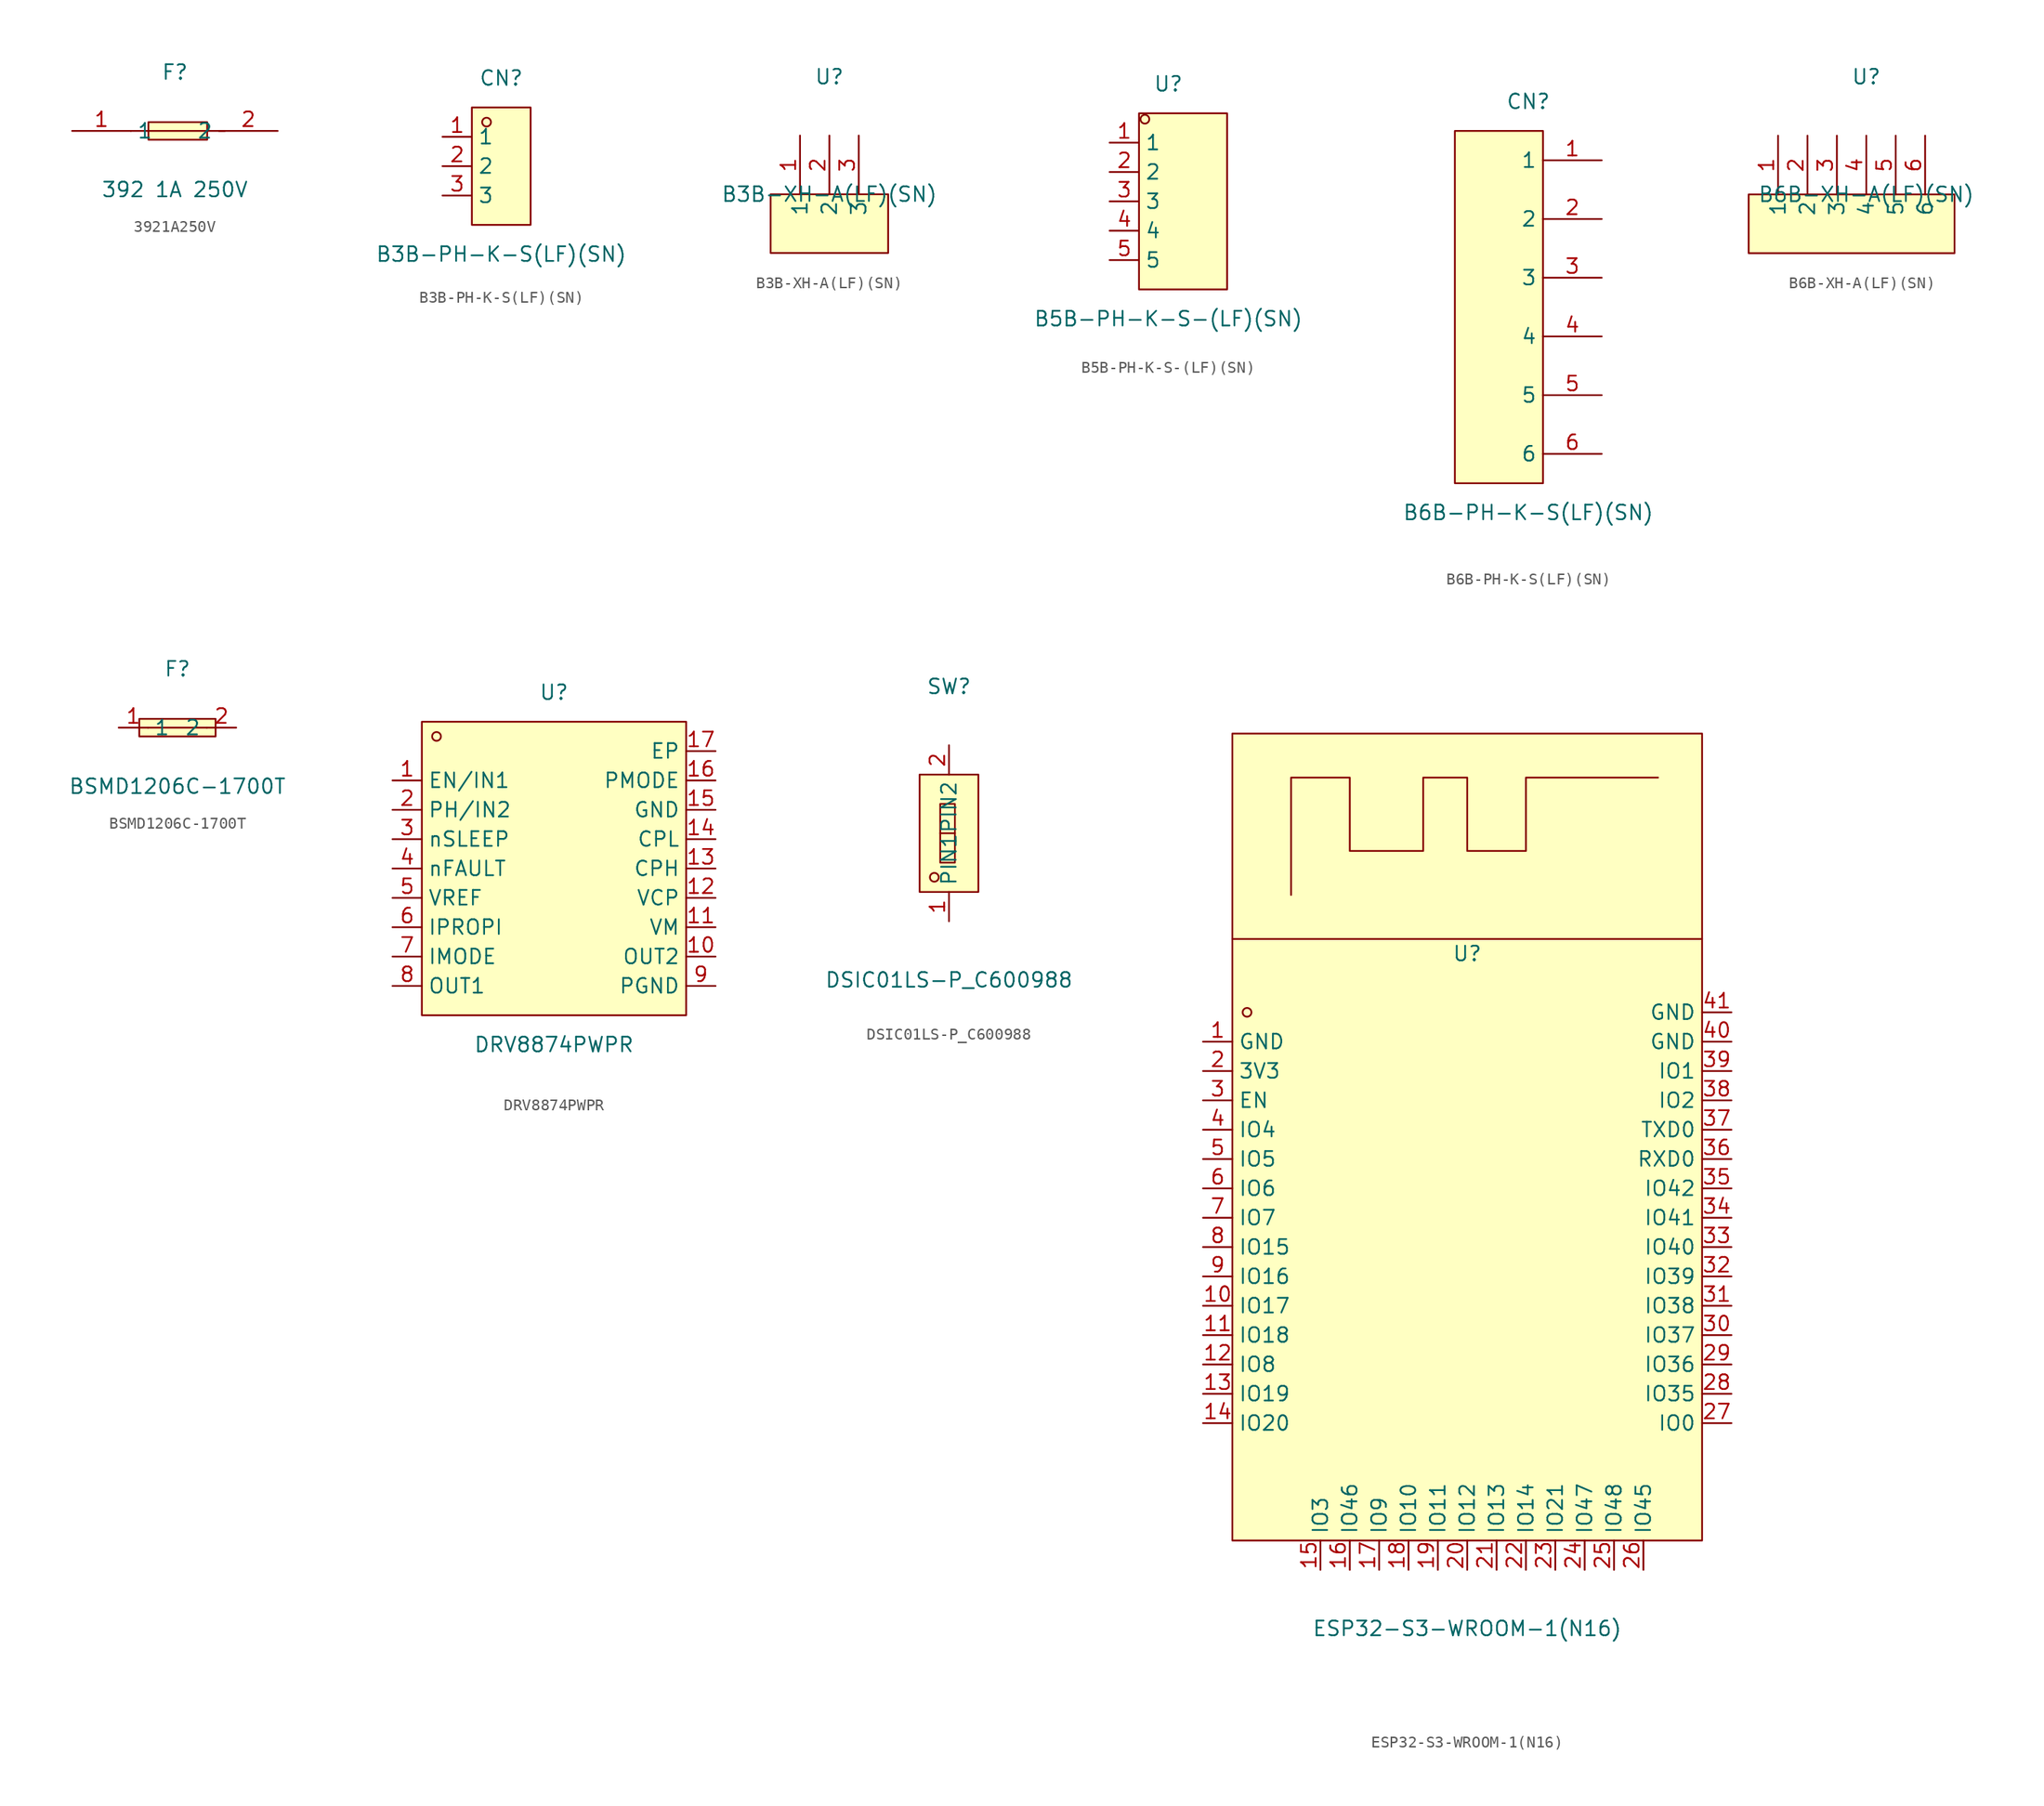
<source format=kicad_sym>
(kicad_symbol_lib
  (version 20211014)
  (generator https://github.com/uPesy/easyeda2kicad.py)
  (symbol "3921A250V"
    (property "Reference" "F"
      (at 0 5.08 0)
      (effects (font (size 1.27 1.27))))
    (property "Value" "392 1A 250V"
      (at 0 -5.08 0)
      (effects (font (size 1.27 1.27))))
    (symbol "3921A250V_0_1"
      (polyline (pts (xy -3.81 -0.00) (xy 4.32 -0.00)) (stroke (width 0) (type default) (color 0 0 0 0)) (fill (type none)))
      (polyline (pts (xy -2.29 0.76) (xy -2.29 -0.76) (xy 2.79 -0.76) (xy 2.79 0.76) (xy -2.29 0.76)) (stroke (width 0) (type default) (color 0 0 0 0)) (fill (type background)))
      (pin unspecified line (at -8.89 -0.00 0) (length 5.08) (name "1" (effects (font (size 1.27 1.27)))) (number "1" (effects (font (size 1.27 1.27)))))
      (pin unspecified line (at 8.89 -0.00 180) (length 5.08) (name "2" (effects (font (size 1.27 1.27)))) (number "2" (effects (font (size 1.27 1.27)))))))
  (symbol "B3B-PH-K-S(LF)(SN)"
    (property "Reference" "CN"
      (at 0 7.62 0)
      (effects (font (size 1.27 1.27))))
    (property "Value" "B3B-PH-K-S(LF)(SN)"
      (at 0 -7.62 0)
      (effects (font (size 1.27 1.27))))
    (symbol "B3B-PH-K-S(LF)(SN)_0_1"
      (rectangle (start -2.54 5.08) (end 2.54 -5.08) (stroke (width 0) (type default) (color 0 0 0 0)) (fill (type background)))
      (circle (center -1.27 3.81) (radius 0.38) (stroke (width 0) (type default) (color 0 0 0 0)) (fill (type none)))
      (pin unspecified line (at -5.08 2.54 0) (length 2.54) (name "1" (effects (font (size 1.27 1.27)))) (number "1" (effects (font (size 1.27 1.27)))))
      (pin unspecified line (at -5.08 -0.00 0) (length 2.54) (name "2" (effects (font (size 1.27 1.27)))) (number "2" (effects (font (size 1.27 1.27)))))
      (pin unspecified line (at -5.08 -2.54 0) (length 2.54) (name "3" (effects (font (size 1.27 1.27)))) (number "3" (effects (font (size 1.27 1.27)))))))
  (symbol "B3B-XH-A(LF)(SN)"
    (property "Reference" "U"
      (at 0 12.70 0)
      (effects (font (size 1.27 1.27))))
    (property "Value" "B3B-XH-A(LF)(SN)"
      (at 0 2.54 0)
      (effects (font (size 1.27 1.27))))
    (symbol "B3B-XH-A(LF)(SN)_0_1"
      (rectangle (start -5.08 2.54) (end 5.08 -2.54) (stroke (width 0) (type default) (color 0 0 0 0)) (fill (type background)))
      (pin unspecified line (at -2.54 7.62 270) (length 5.08) (name "1" (effects (font (size 1.27 1.27)))) (number "1" (effects (font (size 1.27 1.27)))))
      (pin unspecified line (at 0.00 7.62 270) (length 5.08) (name "2" (effects (font (size 1.27 1.27)))) (number "2" (effects (font (size 1.27 1.27)))))
      (pin unspecified line (at 2.54 7.62 270) (length 5.08) (name "3" (effects (font (size 1.27 1.27)))) (number "3" (effects (font (size 1.27 1.27)))))))
  (symbol "B5B-PH-K-S-(LF)(SN)"
    (property "Reference" "U"
      (at 0 10.16 0)
      (effects (font (size 1.27 1.27))))
    (property "Value" "B5B-PH-K-S-(LF)(SN)"
      (at 0 -10.16 0)
      (effects (font (size 1.27 1.27))))
    (symbol "B5B-PH-K-S-(LF)(SN)_0_1"
      (rectangle (start -2.54 7.62) (end 5.08 -7.62) (stroke (width 0) (type default) (color 0 0 0 0)) (fill (type background)))
      (circle (center -2.03 7.11) (radius 0.38) (stroke (width 0) (type default) (color 0 0 0 0)) (fill (type none)))
      (pin unspecified line (at -5.08 5.08 0) (length 2.54) (name "1" (effects (font (size 1.27 1.27)))) (number "1" (effects (font (size 1.27 1.27)))))
      (pin unspecified line (at -5.08 2.54 0) (length 2.54) (name "2" (effects (font (size 1.27 1.27)))) (number "2" (effects (font (size 1.27 1.27)))))
      (pin unspecified line (at -5.08 -0.00 0) (length 2.54) (name "3" (effects (font (size 1.27 1.27)))) (number "3" (effects (font (size 1.27 1.27)))))
      (pin unspecified line (at -5.08 -2.54 0) (length 2.54) (name "4" (effects (font (size 1.27 1.27)))) (number "4" (effects (font (size 1.27 1.27)))))
      (pin unspecified line (at -5.08 -5.08 0) (length 2.54) (name "5" (effects (font (size 1.27 1.27)))) (number "5" (effects (font (size 1.27 1.27)))))))
  (symbol "B6B-PH-K-S(LF)(SN)"
    (property "Reference" "CN"
      (at 0 17.78 0)
      (effects (font (size 1.27 1.27))))
    (property "Value" "B6B-PH-K-S(LF)(SN)"
      (at 0 -17.78 0)
      (effects (font (size 1.27 1.27))))
    (symbol "B6B-PH-K-S(LF)(SN)_0_1"
      (rectangle (start -6.35 15.24) (end 1.27 -15.24) (stroke (width 0) (type default) (color 0 0 0 0)) (fill (type background)))
      (pin input line (at 6.35 12.70 180) (length 5.08) (name "1" (effects (font (size 1.27 1.27)))) (number "1" (effects (font (size 1.27 1.27)))))
      (pin input line (at 6.35 7.62 180) (length 5.08) (name "2" (effects (font (size 1.27 1.27)))) (number "2" (effects (font (size 1.27 1.27)))))
      (pin input line (at 6.35 2.54 180) (length 5.08) (name "3" (effects (font (size 1.27 1.27)))) (number "3" (effects (font (size 1.27 1.27)))))
      (pin input line (at 6.35 -2.54 180) (length 5.08) (name "4" (effects (font (size 1.27 1.27)))) (number "4" (effects (font (size 1.27 1.27)))))
      (pin input line (at 6.35 -7.62 180) (length 5.08) (name "5" (effects (font (size 1.27 1.27)))) (number "5" (effects (font (size 1.27 1.27)))))
      (pin input line (at 6.35 -12.70 180) (length 5.08) (name "6" (effects (font (size 1.27 1.27)))) (number "6" (effects (font (size 1.27 1.27)))))))
  (symbol "B6B-XH-A(LF)(SN)"
    (property "Reference" "U"
      (at 0 12.70 0)
      (effects (font (size 1.27 1.27))))
    (property "Value" "B6B-XH-A(LF)(SN)"
      (at 0 2.54 0)
      (effects (font (size 1.27 1.27))))
    (symbol "B6B-XH-A(LF)(SN)_0_1"
      (rectangle (start -10.16 2.54) (end 7.62 -2.54) (stroke (width 0) (type default) (color 0 0 0 0)) (fill (type background)))
      (pin unspecified line (at -7.62 7.62 270) (length 5.08) (name "1" (effects (font (size 1.27 1.27)))) (number "1" (effects (font (size 1.27 1.27)))))
      (pin unspecified line (at -5.08 7.62 270) (length 5.08) (name "2" (effects (font (size 1.27 1.27)))) (number "2" (effects (font (size 1.27 1.27)))))
      (pin unspecified line (at -2.54 7.62 270) (length 5.08) (name "3" (effects (font (size 1.27 1.27)))) (number "3" (effects (font (size 1.27 1.27)))))
      (pin unspecified line (at 0.00 7.62 270) (length 5.08) (name "4" (effects (font (size 1.27 1.27)))) (number "4" (effects (font (size 1.27 1.27)))))
      (pin unspecified line (at 2.54 7.62 270) (length 5.08) (name "5" (effects (font (size 1.27 1.27)))) (number "5" (effects (font (size 1.27 1.27)))))
      (pin unspecified line (at 5.08 7.62 270) (length 5.08) (name "6" (effects (font (size 1.27 1.27)))) (number "6" (effects (font (size 1.27 1.27)))))))
  (symbol "BSMD1206C-1700T"
    (property "Reference" "F"
      (at 0 5.08 0)
      (effects (font (size 1.27 1.27))))
    (property "Value" "BSMD1206C-1700T"
      (at 0 -5.08 0)
      (effects (font (size 1.27 1.27))))
    (symbol "BSMD1206C-1700T_0_1"
      (rectangle (start -3.30 0.76) (end 3.30 -0.76) (stroke (width 0) (type default) (color 0 0 0 0)) (fill (type background)))
      (polyline (pts (xy -2.54 -0.00) (xy 2.54 -0.00)) (stroke (width 0) (type default) (color 0 0 0 0)) (fill (type none)))
      (pin unspecified line (at 5.08 -0.00 180) (length 2.54) (name "2" (effects (font (size 1.27 1.27)))) (number "2" (effects (font (size 1.27 1.27)))))
      (pin unspecified line (at -5.08 -0.00 0) (length 2.54) (name "1" (effects (font (size 1.27 1.27)))) (number "1" (effects (font (size 1.27 1.27)))))))
  (symbol "DRV8874PWPR"
    (property "Reference" "U"
      (at 0 15.24 0)
      (effects (font (size 1.27 1.27))))
    (property "Value" "DRV8874PWPR"
      (at 0 -15.24 0)
      (effects (font (size 1.27 1.27))))
    (symbol "DRV8874PWPR_0_1"
      (rectangle (start -11.43 12.70) (end 11.43 -12.70) (stroke (width 0) (type default) (color 0 0 0 0)) (fill (type background)))
      (circle (center -10.16 11.43) (radius 0.38) (stroke (width 0) (type default) (color 0 0 0 0)) (fill (type none)))
      (pin unspecified line (at -13.97 7.62 0) (length 2.54) (name "EN/IN1" (effects (font (size 1.27 1.27)))) (number "1" (effects (font (size 1.27 1.27)))))
      (pin unspecified line (at -13.97 5.08 0) (length 2.54) (name "PH/IN2" (effects (font (size 1.27 1.27)))) (number "2" (effects (font (size 1.27 1.27)))))
      (pin unspecified line (at -13.97 2.54 0) (length 2.54) (name "nSLEEP" (effects (font (size 1.27 1.27)))) (number "3" (effects (font (size 1.27 1.27)))))
      (pin unspecified line (at -13.97 -0.00 0) (length 2.54) (name "nFAULT" (effects (font (size 1.27 1.27)))) (number "4" (effects (font (size 1.27 1.27)))))
      (pin unspecified line (at -13.97 -2.54 0) (length 2.54) (name "VREF" (effects (font (size 1.27 1.27)))) (number "5" (effects (font (size 1.27 1.27)))))
      (pin unspecified line (at -13.97 -5.08 0) (length 2.54) (name "IPROPI" (effects (font (size 1.27 1.27)))) (number "6" (effects (font (size 1.27 1.27)))))
      (pin unspecified line (at -13.97 -7.62 0) (length 2.54) (name "IMODE" (effects (font (size 1.27 1.27)))) (number "7" (effects (font (size 1.27 1.27)))))
      (pin unspecified line (at -13.97 -10.16 0) (length 2.54) (name "OUT1" (effects (font (size 1.27 1.27)))) (number "8" (effects (font (size 1.27 1.27)))))
      (pin unspecified line (at 13.97 -10.16 180) (length 2.54) (name "PGND" (effects (font (size 1.27 1.27)))) (number "9" (effects (font (size 1.27 1.27)))))
      (pin unspecified line (at 13.97 -7.62 180) (length 2.54) (name "OUT2" (effects (font (size 1.27 1.27)))) (number "10" (effects (font (size 1.27 1.27)))))
      (pin unspecified line (at 13.97 -5.08 180) (length 2.54) (name "VM" (effects (font (size 1.27 1.27)))) (number "11" (effects (font (size 1.27 1.27)))))
      (pin unspecified line (at 13.97 -2.54 180) (length 2.54) (name "VCP" (effects (font (size 1.27 1.27)))) (number "12" (effects (font (size 1.27 1.27)))))
      (pin unspecified line (at 13.97 -0.00 180) (length 2.54) (name "CPH" (effects (font (size 1.27 1.27)))) (number "13" (effects (font (size 1.27 1.27)))))
      (pin unspecified line (at 13.97 2.54 180) (length 2.54) (name "CPL" (effects (font (size 1.27 1.27)))) (number "14" (effects (font (size 1.27 1.27)))))
      (pin unspecified line (at 13.97 5.08 180) (length 2.54) (name "GND" (effects (font (size 1.27 1.27)))) (number "15" (effects (font (size 1.27 1.27)))))
      (pin unspecified line (at 13.97 7.62 180) (length 2.54) (name "PMODE" (effects (font (size 1.27 1.27)))) (number "16" (effects (font (size 1.27 1.27)))))
      (pin unspecified line (at 13.97 10.16 180) (length 2.54) (name "EP" (effects (font (size 1.27 1.27)))) (number "17" (effects (font (size 1.27 1.27)))))))
  (symbol "DSIC01LS-P_C600988"
    (property "Reference" "SW"
      (at 0 12.70 0)
      (effects (font (size 1.27 1.27))))
    (property "Value" "DSIC01LS-P_C600988"
      (at 0 -12.70 0)
      (effects (font (size 1.27 1.27))))
    (symbol "DSIC01LS-P_C600988_0_1"
      (rectangle (start -0.76 2.54) (end 0.51 -2.54) (stroke (width 0) (type default) (color 0 0 0 0)) (fill (type background)))
      (rectangle (start -2.54 5.08) (end 2.54 -5.08) (stroke (width 0) (type default) (color 0 0 0 0)) (fill (type background)))
      (circle (center -1.27 -3.81) (radius 0.38) (stroke (width 0) (type default) (color 0 0 0 0)) (fill (type none)))
      (polyline (pts (xy -0.76 -0.00) (xy 0.51 -0.00)) (stroke (width 0) (type default) (color 0 0 0 0)) (fill (type none)))
      (pin unspecified line (at 0.00 7.62 270) (length 2.54) (name "PIN2" (effects (font (size 1.27 1.27)))) (number "2" (effects (font (size 1.27 1.27)))))
      (pin unspecified line (at 0.00 -7.62 90) (length 2.54) (name "PIN1" (effects (font (size 1.27 1.27)))) (number "1" (effects (font (size 1.27 1.27)))))))
  (symbol "ESP32-S3-WROOM-1(N16)"
    (property "Reference" "U"
      (at 0 17.78 0)
      (effects (font (size 1.27 1.27))))
    (property "Value" "ESP32-S3-WROOM-1(N16)"
      (at 0 -40.64 0)
      (effects (font (size 1.27 1.27))))
    (symbol "ESP32-S3-WROOM-1(N16)_0_1"
      (rectangle (start -20.32 36.83) (end 20.32 -33.02) (stroke (width 0) (type default) (color 0 0 0 0)) (fill (type background)))
      (circle (center -19.05 12.70) (radius 0.38) (stroke (width 0) (type default) (color 0 0 0 0)) (fill (type none)))
      (polyline (pts (xy 20.32 19.05) (xy -20.32 19.05)) (stroke (width 0) (type default) (color 0 0 0 0)) (fill (type none)))
      (polyline (pts (xy -15.24 22.86) (xy -15.24 33.02) (xy -10.16 33.02) (xy -10.16 26.67) (xy -3.81 26.67) (xy -3.81 33.02) (xy 0.00 33.02) (xy 0.00 26.67) (xy 5.08 26.67) (xy 5.08 33.02) (xy 16.51 33.02)) (stroke (width 0) (type default) (color 0 0 0 0)) (fill (type none)))
      (pin unspecified line (at -22.86 10.16 0) (length 2.54) (name "GND" (effects (font (size 1.27 1.27)))) (number "1" (effects (font (size 1.27 1.27)))))
      (pin unspecified line (at -22.86 7.62 0) (length 2.54) (name "3V3" (effects (font (size 1.27 1.27)))) (number "2" (effects (font (size 1.27 1.27)))))
      (pin unspecified line (at -22.86 5.08 0) (length 2.54) (name "EN" (effects (font (size 1.27 1.27)))) (number "3" (effects (font (size 1.27 1.27)))))
      (pin unspecified line (at -22.86 2.54 0) (length 2.54) (name "IO4" (effects (font (size 1.27 1.27)))) (number "4" (effects (font (size 1.27 1.27)))))
      (pin unspecified line (at -22.86 -0.00 0) (length 2.54) (name "IO5" (effects (font (size 1.27 1.27)))) (number "5" (effects (font (size 1.27 1.27)))))
      (pin unspecified line (at -22.86 -2.54 0) (length 2.54) (name "IO6" (effects (font (size 1.27 1.27)))) (number "6" (effects (font (size 1.27 1.27)))))
      (pin unspecified line (at -22.86 -5.08 0) (length 2.54) (name "IO7" (effects (font (size 1.27 1.27)))) (number "7" (effects (font (size 1.27 1.27)))))
      (pin unspecified line (at -22.86 -7.62 0) (length 2.54) (name "IO15" (effects (font (size 1.27 1.27)))) (number "8" (effects (font (size 1.27 1.27)))))
      (pin unspecified line (at -22.86 -10.16 0) (length 2.54) (name "IO16" (effects (font (size 1.27 1.27)))) (number "9" (effects (font (size 1.27 1.27)))))
      (pin unspecified line (at -22.86 -12.70 0) (length 2.54) (name "IO17" (effects (font (size 1.27 1.27)))) (number "10" (effects (font (size 1.27 1.27)))))
      (pin unspecified line (at -22.86 -15.24 0) (length 2.54) (name "IO18" (effects (font (size 1.27 1.27)))) (number "11" (effects (font (size 1.27 1.27)))))
      (pin unspecified line (at -22.86 -17.78 0) (length 2.54) (name "IO8" (effects (font (size 1.27 1.27)))) (number "12" (effects (font (size 1.27 1.27)))))
      (pin unspecified line (at -22.86 -20.32 0) (length 2.54) (name "IO19" (effects (font (size 1.27 1.27)))) (number "13" (effects (font (size 1.27 1.27)))))
      (pin unspecified line (at -22.86 -22.86 0) (length 2.54) (name "IO20" (effects (font (size 1.27 1.27)))) (number "14" (effects (font (size 1.27 1.27)))))
      (pin unspecified line (at -12.70 -35.56 90) (length 2.54) (name "IO3" (effects (font (size 1.27 1.27)))) (number "15" (effects (font (size 1.27 1.27)))))
      (pin unspecified line (at -10.16 -35.56 90) (length 2.54) (name "IO46" (effects (font (size 1.27 1.27)))) (number "16" (effects (font (size 1.27 1.27)))))
      (pin unspecified line (at -7.62 -35.56 90) (length 2.54) (name "IO9" (effects (font (size 1.27 1.27)))) (number "17" (effects (font (size 1.27 1.27)))))
      (pin unspecified line (at -5.08 -35.56 90) (length 2.54) (name "IO10" (effects (font (size 1.27 1.27)))) (number "18" (effects (font (size 1.27 1.27)))))
      (pin unspecified line (at -2.54 -35.56 90) (length 2.54) (name "IO11" (effects (font (size 1.27 1.27)))) (number "19" (effects (font (size 1.27 1.27)))))
      (pin unspecified line (at 0.00 -35.56 90) (length 2.54) (name "IO12" (effects (font (size 1.27 1.27)))) (number "20" (effects (font (size 1.27 1.27)))))
      (pin unspecified line (at 2.54 -35.56 90) (length 2.54) (name "IO13" (effects (font (size 1.27 1.27)))) (number "21" (effects (font (size 1.27 1.27)))))
      (pin unspecified line (at 5.08 -35.56 90) (length 2.54) (name "IO14" (effects (font (size 1.27 1.27)))) (number "22" (effects (font (size 1.27 1.27)))))
      (pin unspecified line (at 7.62 -35.56 90) (length 2.54) (name "IO21" (effects (font (size 1.27 1.27)))) (number "23" (effects (font (size 1.27 1.27)))))
      (pin unspecified line (at 10.16 -35.56 90) (length 2.54) (name "IO47" (effects (font (size 1.27 1.27)))) (number "24" (effects (font (size 1.27 1.27)))))
      (pin unspecified line (at 12.70 -35.56 90) (length 2.54) (name "IO48" (effects (font (size 1.27 1.27)))) (number "25" (effects (font (size 1.27 1.27)))))
      (pin unspecified line (at 15.24 -35.56 90) (length 2.54) (name "IO45" (effects (font (size 1.27 1.27)))) (number "26" (effects (font (size 1.27 1.27)))))
      (pin unspecified line (at 22.86 -22.86 180) (length 2.54) (name "IO0" (effects (font (size 1.27 1.27)))) (number "27" (effects (font (size 1.27 1.27)))))
      (pin unspecified line (at 22.86 -20.32 180) (length 2.54) (name "IO35" (effects (font (size 1.27 1.27)))) (number "28" (effects (font (size 1.27 1.27)))))
      (pin unspecified line (at 22.86 -17.78 180) (length 2.54) (name "IO36" (effects (font (size 1.27 1.27)))) (number "29" (effects (font (size 1.27 1.27)))))
      (pin unspecified line (at 22.86 -15.24 180) (length 2.54) (name "IO37" (effects (font (size 1.27 1.27)))) (number "30" (effects (font (size 1.27 1.27)))))
      (pin unspecified line (at 22.86 -12.70 180) (length 2.54) (name "IO38" (effects (font (size 1.27 1.27)))) (number "31" (effects (font (size 1.27 1.27)))))
      (pin unspecified line (at 22.86 -10.16 180) (length 2.54) (name "IO39" (effects (font (size 1.27 1.27)))) (number "32" (effects (font (size 1.27 1.27)))))
      (pin unspecified line (at 22.86 -7.62 180) (length 2.54) (name "IO40" (effects (font (size 1.27 1.27)))) (number "33" (effects (font (size 1.27 1.27)))))
      (pin unspecified line (at 22.86 -5.08 180) (length 2.54) (name "IO41" (effects (font (size 1.27 1.27)))) (number "34" (effects (font (size 1.27 1.27)))))
      (pin unspecified line (at 22.86 -2.54 180) (length 2.54) (name "IO42" (effects (font (size 1.27 1.27)))) (number "35" (effects (font (size 1.27 1.27)))))
      (pin unspecified line (at 22.86 -0.00 180) (length 2.54) (name "RXD0" (effects (font (size 1.27 1.27)))) (number "36" (effects (font (size 1.27 1.27)))))
      (pin unspecified line (at 22.86 2.54 180) (length 2.54) (name "TXD0" (effects (font (size 1.27 1.27)))) (number "37" (effects (font (size 1.27 1.27)))))
      (pin unspecified line (at 22.86 5.08 180) (length 2.54) (name "IO2" (effects (font (size 1.27 1.27)))) (number "38" (effects (font (size 1.27 1.27)))))
      (pin unspecified line (at 22.86 7.62 180) (length 2.54) (name "IO1" (effects (font (size 1.27 1.27)))) (number "39" (effects (font (size 1.27 1.27)))))
      (pin unspecified line (at 22.86 10.16 180) (length 2.54) (name "GND" (effects (font (size 1.27 1.27)))) (number "40" (effects (font (size 1.27 1.27)))))
      (pin unspecified line (at 22.86 12.70 180) (length 2.54) (name "GND" (effects (font (size 1.27 1.27)))) (number "41" (effects (font (size 1.27 1.27))))))))
</source>
